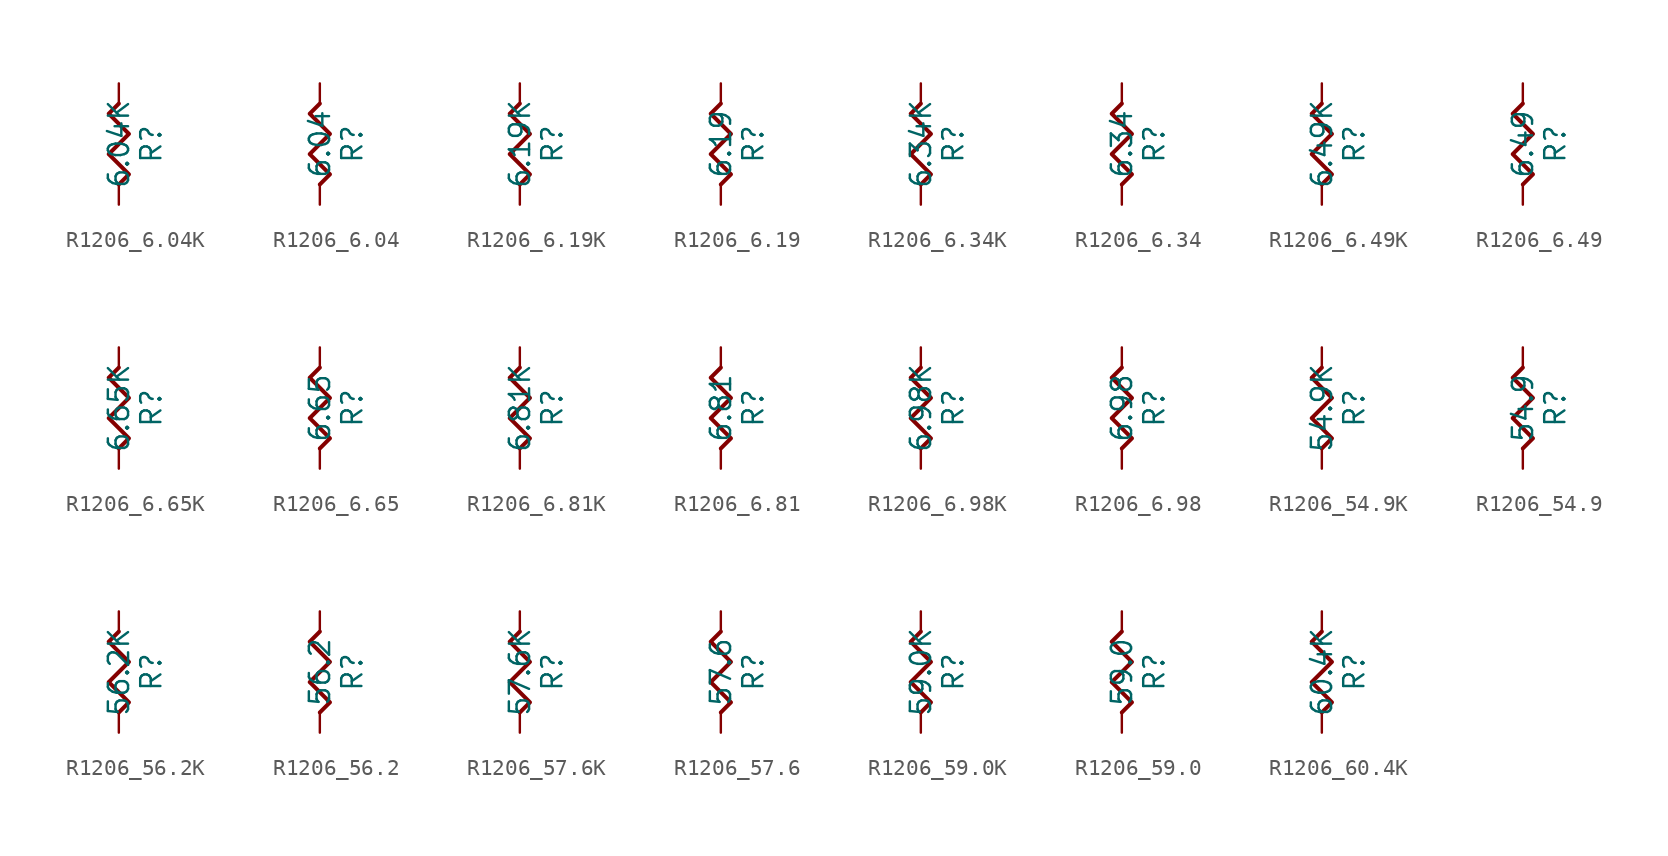
<source format=kicad_sym>
(kicad_symbol_lib
  (version 20211014)
  (generator atlantix-eda)
  (symbol "R1206_6.04K"
    (pin_numbers hide)
    (pin_names
      (offset 0))
    (property "Reference" "R"
      (at 2.032 0 90)
      (effects (font (size 1.27 1.27))))
    (property "Value" "6.04K"
      (at 0 0 90)
      (effects (font (size 1.27 1.27))))
    (symbol "R1206_6.04K_0_1"
      (polyline (pts (xy 0 -2.54) (xy 0.635 -1.905) (xy -0.635 -0.635) (xy 0.635 0.635) (xy -0.635 1.905) (xy 0 2.54)) (stroke (width 0.254) (type default) (color 0 0 0 0)) (fill (type none))))
    (symbol "R1206_6.04K_1_1"
      (pin passive line (at 0 3.81 270) (length 1.27) (name "~" (effects (font (size 1.27 1.27)))) (number "1" (effects (font (size 1.27 1.27)))))
      (pin passive line (at 0 -3.81 90) (length 1.27) (name "~" (effects (font (size 1.27 1.27)))) (number "2" (effects (font (size 1.27 1.27)))))))
  (symbol "R1206_6.04"
    (pin_numbers hide)
    (pin_names
      (offset 0))
    (property "Reference" "R"
      (at 2.032 0 90)
      (effects (font (size 1.27 1.27))))
    (property "Value" "6.04"
      (at 0 0 90)
      (effects (font (size 1.27 1.27))))
    (symbol "R1206_6.04_0_1"
      (polyline (pts (xy 0 -2.54) (xy 0.635 -1.905) (xy -0.635 -0.635) (xy 0.635 0.635) (xy -0.635 1.905) (xy 0 2.54)) (stroke (width 0.254) (type default) (color 0 0 0 0)) (fill (type none))))
    (symbol "R1206_6.04_1_1"
      (pin passive line (at 0 3.81 270) (length 1.27) (name "~" (effects (font (size 1.27 1.27)))) (number "1" (effects (font (size 1.27 1.27)))))
      (pin passive line (at 0 -3.81 90) (length 1.27) (name "~" (effects (font (size 1.27 1.27)))) (number "2" (effects (font (size 1.27 1.27)))))))
  (symbol "R1206_6.19K"
    (pin_numbers hide)
    (pin_names
      (offset 0))
    (property "Reference" "R"
      (at 2.032 0 90)
      (effects (font (size 1.27 1.27))))
    (property "Value" "6.19K"
      (at 0 0 90)
      (effects (font (size 1.27 1.27))))
    (symbol "R1206_6.19K_0_1"
      (polyline (pts (xy 0 -2.54) (xy 0.635 -1.905) (xy -0.635 -0.635) (xy 0.635 0.635) (xy -0.635 1.905) (xy 0 2.54)) (stroke (width 0.254) (type default) (color 0 0 0 0)) (fill (type none))))
    (symbol "R1206_6.19K_1_1"
      (pin passive line (at 0 3.81 270) (length 1.27) (name "~" (effects (font (size 1.27 1.27)))) (number "1" (effects (font (size 1.27 1.27)))))
      (pin passive line (at 0 -3.81 90) (length 1.27) (name "~" (effects (font (size 1.27 1.27)))) (number "2" (effects (font (size 1.27 1.27)))))))
  (symbol "R1206_6.19"
    (pin_numbers hide)
    (pin_names
      (offset 0))
    (property "Reference" "R"
      (at 2.032 0 90)
      (effects (font (size 1.27 1.27))))
    (property "Value" "6.19"
      (at 0 0 90)
      (effects (font (size 1.27 1.27))))
    (symbol "R1206_6.19_0_1"
      (polyline (pts (xy 0 -2.54) (xy 0.635 -1.905) (xy -0.635 -0.635) (xy 0.635 0.635) (xy -0.635 1.905) (xy 0 2.54)) (stroke (width 0.254) (type default) (color 0 0 0 0)) (fill (type none))))
    (symbol "R1206_6.19_1_1"
      (pin passive line (at 0 3.81 270) (length 1.27) (name "~" (effects (font (size 1.27 1.27)))) (number "1" (effects (font (size 1.27 1.27)))))
      (pin passive line (at 0 -3.81 90) (length 1.27) (name "~" (effects (font (size 1.27 1.27)))) (number "2" (effects (font (size 1.27 1.27)))))))
  (symbol "R1206_6.34K"
    (pin_numbers hide)
    (pin_names
      (offset 0))
    (property "Reference" "R"
      (at 2.032 0 90)
      (effects (font (size 1.27 1.27))))
    (property "Value" "6.34K"
      (at 0 0 90)
      (effects (font (size 1.27 1.27))))
    (symbol "R1206_6.34K_0_1"
      (polyline (pts (xy 0 -2.54) (xy 0.635 -1.905) (xy -0.635 -0.635) (xy 0.635 0.635) (xy -0.635 1.905) (xy 0 2.54)) (stroke (width 0.254) (type default) (color 0 0 0 0)) (fill (type none))))
    (symbol "R1206_6.34K_1_1"
      (pin passive line (at 0 3.81 270) (length 1.27) (name "~" (effects (font (size 1.27 1.27)))) (number "1" (effects (font (size 1.27 1.27)))))
      (pin passive line (at 0 -3.81 90) (length 1.27) (name "~" (effects (font (size 1.27 1.27)))) (number "2" (effects (font (size 1.27 1.27)))))))
  (symbol "R1206_6.34"
    (pin_numbers hide)
    (pin_names
      (offset 0))
    (property "Reference" "R"
      (at 2.032 0 90)
      (effects (font (size 1.27 1.27))))
    (property "Value" "6.34"
      (at 0 0 90)
      (effects (font (size 1.27 1.27))))
    (symbol "R1206_6.34_0_1"
      (polyline (pts (xy 0 -2.54) (xy 0.635 -1.905) (xy -0.635 -0.635) (xy 0.635 0.635) (xy -0.635 1.905) (xy 0 2.54)) (stroke (width 0.254) (type default) (color 0 0 0 0)) (fill (type none))))
    (symbol "R1206_6.34_1_1"
      (pin passive line (at 0 3.81 270) (length 1.27) (name "~" (effects (font (size 1.27 1.27)))) (number "1" (effects (font (size 1.27 1.27)))))
      (pin passive line (at 0 -3.81 90) (length 1.27) (name "~" (effects (font (size 1.27 1.27)))) (number "2" (effects (font (size 1.27 1.27)))))))
  (symbol "R1206_6.49K"
    (pin_numbers hide)
    (pin_names
      (offset 0))
    (property "Reference" "R"
      (at 2.032 0 90)
      (effects (font (size 1.27 1.27))))
    (property "Value" "6.49K"
      (at 0 0 90)
      (effects (font (size 1.27 1.27))))
    (symbol "R1206_6.49K_0_1"
      (polyline (pts (xy 0 -2.54) (xy 0.635 -1.905) (xy -0.635 -0.635) (xy 0.635 0.635) (xy -0.635 1.905) (xy 0 2.54)) (stroke (width 0.254) (type default) (color 0 0 0 0)) (fill (type none))))
    (symbol "R1206_6.49K_1_1"
      (pin passive line (at 0 3.81 270) (length 1.27) (name "~" (effects (font (size 1.27 1.27)))) (number "1" (effects (font (size 1.27 1.27)))))
      (pin passive line (at 0 -3.81 90) (length 1.27) (name "~" (effects (font (size 1.27 1.27)))) (number "2" (effects (font (size 1.27 1.27)))))))
  (symbol "R1206_6.49"
    (pin_numbers hide)
    (pin_names
      (offset 0))
    (property "Reference" "R"
      (at 2.032 0 90)
      (effects (font (size 1.27 1.27))))
    (property "Value" "6.49"
      (at 0 0 90)
      (effects (font (size 1.27 1.27))))
    (symbol "R1206_6.49_0_1"
      (polyline (pts (xy 0 -2.54) (xy 0.635 -1.905) (xy -0.635 -0.635) (xy 0.635 0.635) (xy -0.635 1.905) (xy 0 2.54)) (stroke (width 0.254) (type default) (color 0 0 0 0)) (fill (type none))))
    (symbol "R1206_6.49_1_1"
      (pin passive line (at 0 3.81 270) (length 1.27) (name "~" (effects (font (size 1.27 1.27)))) (number "1" (effects (font (size 1.27 1.27)))))
      (pin passive line (at 0 -3.81 90) (length 1.27) (name "~" (effects (font (size 1.27 1.27)))) (number "2" (effects (font (size 1.27 1.27)))))))
  (symbol "R1206_6.65K"
    (pin_numbers hide)
    (pin_names
      (offset 0))
    (property "Reference" "R"
      (at 2.032 0 90)
      (effects (font (size 1.27 1.27))))
    (property "Value" "6.65K"
      (at 0 0 90)
      (effects (font (size 1.27 1.27))))
    (symbol "R1206_6.65K_0_1"
      (polyline (pts (xy 0 -2.54) (xy 0.635 -1.905) (xy -0.635 -0.635) (xy 0.635 0.635) (xy -0.635 1.905) (xy 0 2.54)) (stroke (width 0.254) (type default) (color 0 0 0 0)) (fill (type none))))
    (symbol "R1206_6.65K_1_1"
      (pin passive line (at 0 3.81 270) (length 1.27) (name "~" (effects (font (size 1.27 1.27)))) (number "1" (effects (font (size 1.27 1.27)))))
      (pin passive line (at 0 -3.81 90) (length 1.27) (name "~" (effects (font (size 1.27 1.27)))) (number "2" (effects (font (size 1.27 1.27)))))))
  (symbol "R1206_6.65"
    (pin_numbers hide)
    (pin_names
      (offset 0))
    (property "Reference" "R"
      (at 2.032 0 90)
      (effects (font (size 1.27 1.27))))
    (property "Value" "6.65"
      (at 0 0 90)
      (effects (font (size 1.27 1.27))))
    (symbol "R1206_6.65_0_1"
      (polyline (pts (xy 0 -2.54) (xy 0.635 -1.905) (xy -0.635 -0.635) (xy 0.635 0.635) (xy -0.635 1.905) (xy 0 2.54)) (stroke (width 0.254) (type default) (color 0 0 0 0)) (fill (type none))))
    (symbol "R1206_6.65_1_1"
      (pin passive line (at 0 3.81 270) (length 1.27) (name "~" (effects (font (size 1.27 1.27)))) (number "1" (effects (font (size 1.27 1.27)))))
      (pin passive line (at 0 -3.81 90) (length 1.27) (name "~" (effects (font (size 1.27 1.27)))) (number "2" (effects (font (size 1.27 1.27)))))))
  (symbol "R1206_6.81K"
    (pin_numbers hide)
    (pin_names
      (offset 0))
    (property "Reference" "R"
      (at 2.032 0 90)
      (effects (font (size 1.27 1.27))))
    (property "Value" "6.81K"
      (at 0 0 90)
      (effects (font (size 1.27 1.27))))
    (symbol "R1206_6.81K_0_1"
      (polyline (pts (xy 0 -2.54) (xy 0.635 -1.905) (xy -0.635 -0.635) (xy 0.635 0.635) (xy -0.635 1.905) (xy 0 2.54)) (stroke (width 0.254) (type default) (color 0 0 0 0)) (fill (type none))))
    (symbol "R1206_6.81K_1_1"
      (pin passive line (at 0 3.81 270) (length 1.27) (name "~" (effects (font (size 1.27 1.27)))) (number "1" (effects (font (size 1.27 1.27)))))
      (pin passive line (at 0 -3.81 90) (length 1.27) (name "~" (effects (font (size 1.27 1.27)))) (number "2" (effects (font (size 1.27 1.27)))))))
  (symbol "R1206_6.81"
    (pin_numbers hide)
    (pin_names
      (offset 0))
    (property "Reference" "R"
      (at 2.032 0 90)
      (effects (font (size 1.27 1.27))))
    (property "Value" "6.81"
      (at 0 0 90)
      (effects (font (size 1.27 1.27))))
    (symbol "R1206_6.81_0_1"
      (polyline (pts (xy 0 -2.54) (xy 0.635 -1.905) (xy -0.635 -0.635) (xy 0.635 0.635) (xy -0.635 1.905) (xy 0 2.54)) (stroke (width 0.254) (type default) (color 0 0 0 0)) (fill (type none))))
    (symbol "R1206_6.81_1_1"
      (pin passive line (at 0 3.81 270) (length 1.27) (name "~" (effects (font (size 1.27 1.27)))) (number "1" (effects (font (size 1.27 1.27)))))
      (pin passive line (at 0 -3.81 90) (length 1.27) (name "~" (effects (font (size 1.27 1.27)))) (number "2" (effects (font (size 1.27 1.27)))))))
  (symbol "R1206_6.98K"
    (pin_numbers hide)
    (pin_names
      (offset 0))
    (property "Reference" "R"
      (at 2.032 0 90)
      (effects (font (size 1.27 1.27))))
    (property "Value" "6.98K"
      (at 0 0 90)
      (effects (font (size 1.27 1.27))))
    (symbol "R1206_6.98K_0_1"
      (polyline (pts (xy 0 -2.54) (xy 0.635 -1.905) (xy -0.635 -0.635) (xy 0.635 0.635) (xy -0.635 1.905) (xy 0 2.54)) (stroke (width 0.254) (type default) (color 0 0 0 0)) (fill (type none))))
    (symbol "R1206_6.98K_1_1"
      (pin passive line (at 0 3.81 270) (length 1.27) (name "~" (effects (font (size 1.27 1.27)))) (number "1" (effects (font (size 1.27 1.27)))))
      (pin passive line (at 0 -3.81 90) (length 1.27) (name "~" (effects (font (size 1.27 1.27)))) (number "2" (effects (font (size 1.27 1.27)))))))
  (symbol "R1206_6.98"
    (pin_numbers hide)
    (pin_names
      (offset 0))
    (property "Reference" "R"
      (at 2.032 0 90)
      (effects (font (size 1.27 1.27))))
    (property "Value" "6.98"
      (at 0 0 90)
      (effects (font (size 1.27 1.27))))
    (symbol "R1206_6.98_0_1"
      (polyline (pts (xy 0 -2.54) (xy 0.635 -1.905) (xy -0.635 -0.635) (xy 0.635 0.635) (xy -0.635 1.905) (xy 0 2.54)) (stroke (width 0.254) (type default) (color 0 0 0 0)) (fill (type none))))
    (symbol "R1206_6.98_1_1"
      (pin passive line (at 0 3.81 270) (length 1.27) (name "~" (effects (font (size 1.27 1.27)))) (number "1" (effects (font (size 1.27 1.27)))))
      (pin passive line (at 0 -3.81 90) (length 1.27) (name "~" (effects (font (size 1.27 1.27)))) (number "2" (effects (font (size 1.27 1.27)))))))
  (symbol "R1206_54.9K"
    (pin_numbers hide)
    (pin_names
      (offset 0))
    (property "Reference" "R"
      (at 2.032 0 90)
      (effects (font (size 1.27 1.27))))
    (property "Value" "54.9K"
      (at 0 0 90)
      (effects (font (size 1.27 1.27))))
    (symbol "R1206_54.9K_0_1"
      (polyline (pts (xy 0 -2.54) (xy 0.635 -1.905) (xy -0.635 -0.635) (xy 0.635 0.635) (xy -0.635 1.905) (xy 0 2.54)) (stroke (width 0.254) (type default) (color 0 0 0 0)) (fill (type none))))
    (symbol "R1206_54.9K_1_1"
      (pin passive line (at 0 3.81 270) (length 1.27) (name "~" (effects (font (size 1.27 1.27)))) (number "1" (effects (font (size 1.27 1.27)))))
      (pin passive line (at 0 -3.81 90) (length 1.27) (name "~" (effects (font (size 1.27 1.27)))) (number "2" (effects (font (size 1.27 1.27)))))))
  (symbol "R1206_54.9"
    (pin_numbers hide)
    (pin_names
      (offset 0))
    (property "Reference" "R"
      (at 2.032 0 90)
      (effects (font (size 1.27 1.27))))
    (property "Value" "54.9"
      (at 0 0 90)
      (effects (font (size 1.27 1.27))))
    (symbol "R1206_54.9_0_1"
      (polyline (pts (xy 0 -2.54) (xy 0.635 -1.905) (xy -0.635 -0.635) (xy 0.635 0.635) (xy -0.635 1.905) (xy 0 2.54)) (stroke (width 0.254) (type default) (color 0 0 0 0)) (fill (type none))))
    (symbol "R1206_54.9_1_1"
      (pin passive line (at 0 3.81 270) (length 1.27) (name "~" (effects (font (size 1.27 1.27)))) (number "1" (effects (font (size 1.27 1.27)))))
      (pin passive line (at 0 -3.81 90) (length 1.27) (name "~" (effects (font (size 1.27 1.27)))) (number "2" (effects (font (size 1.27 1.27)))))))
  (symbol "R1206_56.2K"
    (pin_numbers hide)
    (pin_names
      (offset 0))
    (property "Reference" "R"
      (at 2.032 0 90)
      (effects (font (size 1.27 1.27))))
    (property "Value" "56.2K"
      (at 0 0 90)
      (effects (font (size 1.27 1.27))))
    (symbol "R1206_56.2K_0_1"
      (polyline (pts (xy 0 -2.54) (xy 0.635 -1.905) (xy -0.635 -0.635) (xy 0.635 0.635) (xy -0.635 1.905) (xy 0 2.54)) (stroke (width 0.254) (type default) (color 0 0 0 0)) (fill (type none))))
    (symbol "R1206_56.2K_1_1"
      (pin passive line (at 0 3.81 270) (length 1.27) (name "~" (effects (font (size 1.27 1.27)))) (number "1" (effects (font (size 1.27 1.27)))))
      (pin passive line (at 0 -3.81 90) (length 1.27) (name "~" (effects (font (size 1.27 1.27)))) (number "2" (effects (font (size 1.27 1.27)))))))
  (symbol "R1206_56.2"
    (pin_numbers hide)
    (pin_names
      (offset 0))
    (property "Reference" "R"
      (at 2.032 0 90)
      (effects (font (size 1.27 1.27))))
    (property "Value" "56.2"
      (at 0 0 90)
      (effects (font (size 1.27 1.27))))
    (symbol "R1206_56.2_0_1"
      (polyline (pts (xy 0 -2.54) (xy 0.635 -1.905) (xy -0.635 -0.635) (xy 0.635 0.635) (xy -0.635 1.905) (xy 0 2.54)) (stroke (width 0.254) (type default) (color 0 0 0 0)) (fill (type none))))
    (symbol "R1206_56.2_1_1"
      (pin passive line (at 0 3.81 270) (length 1.27) (name "~" (effects (font (size 1.27 1.27)))) (number "1" (effects (font (size 1.27 1.27)))))
      (pin passive line (at 0 -3.81 90) (length 1.27) (name "~" (effects (font (size 1.27 1.27)))) (number "2" (effects (font (size 1.27 1.27)))))))
  (symbol "R1206_57.6K"
    (pin_numbers hide)
    (pin_names
      (offset 0))
    (property "Reference" "R"
      (at 2.032 0 90)
      (effects (font (size 1.27 1.27))))
    (property "Value" "57.6K"
      (at 0 0 90)
      (effects (font (size 1.27 1.27))))
    (symbol "R1206_57.6K_0_1"
      (polyline (pts (xy 0 -2.54) (xy 0.635 -1.905) (xy -0.635 -0.635) (xy 0.635 0.635) (xy -0.635 1.905) (xy 0 2.54)) (stroke (width 0.254) (type default) (color 0 0 0 0)) (fill (type none))))
    (symbol "R1206_57.6K_1_1"
      (pin passive line (at 0 3.81 270) (length 1.27) (name "~" (effects (font (size 1.27 1.27)))) (number "1" (effects (font (size 1.27 1.27)))))
      (pin passive line (at 0 -3.81 90) (length 1.27) (name "~" (effects (font (size 1.27 1.27)))) (number "2" (effects (font (size 1.27 1.27)))))))
  (symbol "R1206_57.6"
    (pin_numbers hide)
    (pin_names
      (offset 0))
    (property "Reference" "R"
      (at 2.032 0 90)
      (effects (font (size 1.27 1.27))))
    (property "Value" "57.6"
      (at 0 0 90)
      (effects (font (size 1.27 1.27))))
    (symbol "R1206_57.6_0_1"
      (polyline (pts (xy 0 -2.54) (xy 0.635 -1.905) (xy -0.635 -0.635) (xy 0.635 0.635) (xy -0.635 1.905) (xy 0 2.54)) (stroke (width 0.254) (type default) (color 0 0 0 0)) (fill (type none))))
    (symbol "R1206_57.6_1_1"
      (pin passive line (at 0 3.81 270) (length 1.27) (name "~" (effects (font (size 1.27 1.27)))) (number "1" (effects (font (size 1.27 1.27)))))
      (pin passive line (at 0 -3.81 90) (length 1.27) (name "~" (effects (font (size 1.27 1.27)))) (number "2" (effects (font (size 1.27 1.27)))))))
  (symbol "R1206_59.0K"
    (pin_numbers hide)
    (pin_names
      (offset 0))
    (property "Reference" "R"
      (at 2.032 0 90)
      (effects (font (size 1.27 1.27))))
    (property "Value" "59.0K"
      (at 0 0 90)
      (effects (font (size 1.27 1.27))))
    (symbol "R1206_59.0K_0_1"
      (polyline (pts (xy 0 -2.54) (xy 0.635 -1.905) (xy -0.635 -0.635) (xy 0.635 0.635) (xy -0.635 1.905) (xy 0 2.54)) (stroke (width 0.254) (type default) (color 0 0 0 0)) (fill (type none))))
    (symbol "R1206_59.0K_1_1"
      (pin passive line (at 0 3.81 270) (length 1.27) (name "~" (effects (font (size 1.27 1.27)))) (number "1" (effects (font (size 1.27 1.27)))))
      (pin passive line (at 0 -3.81 90) (length 1.27) (name "~" (effects (font (size 1.27 1.27)))) (number "2" (effects (font (size 1.27 1.27)))))))
  (symbol "R1206_59.0"
    (pin_numbers hide)
    (pin_names
      (offset 0))
    (property "Reference" "R"
      (at 2.032 0 90)
      (effects (font (size 1.27 1.27))))
    (property "Value" "59.0"
      (at 0 0 90)
      (effects (font (size 1.27 1.27))))
    (symbol "R1206_59.0_0_1"
      (polyline (pts (xy 0 -2.54) (xy 0.635 -1.905) (xy -0.635 -0.635) (xy 0.635 0.635) (xy -0.635 1.905) (xy 0 2.54)) (stroke (width 0.254) (type default) (color 0 0 0 0)) (fill (type none))))
    (symbol "R1206_59.0_1_1"
      (pin passive line (at 0 3.81 270) (length 1.27) (name "~" (effects (font (size 1.27 1.27)))) (number "1" (effects (font (size 1.27 1.27)))))
      (pin passive line (at 0 -3.81 90) (length 1.27) (name "~" (effects (font (size 1.27 1.27)))) (number "2" (effects (font (size 1.27 1.27)))))))
  (symbol "R1206_60.4K"
    (pin_numbers hide)
    (pin_names
      (offset 0))
    (property "Reference" "R"
      (at 2.032 0 90)
      (effects (font (size 1.27 1.27))))
    (property "Value" "60.4K"
      (at 0 0 90)
      (effects (font (size 1.27 1.27))))
    (symbol "R1206_60.4K_0_1"
      (polyline (pts (xy 0 -2.54) (xy 0.635 -1.905) (xy -0.635 -0.635) (xy 0.635 0.635) (xy -0.635 1.905) (xy 0 2.54)) (stroke (width 0.254) (type default) (color 0 0 0 0)) (fill (type none))))
    (symbol "R1206_60.4K_1_1"
      (pin passive line (at 0 3.81 270) (length 1.27) (name "~" (effects (font (size 1.27 1.27)))) (number "1" (effects (font (size 1.27 1.27)))))
      (pin passive line (at 0 -3.81 90) (length 1.27) (name "~" (effects (font (size 1.27 1.27)))) (number "2" (effects (font (size 1.27 1.27))))))))
</source>
